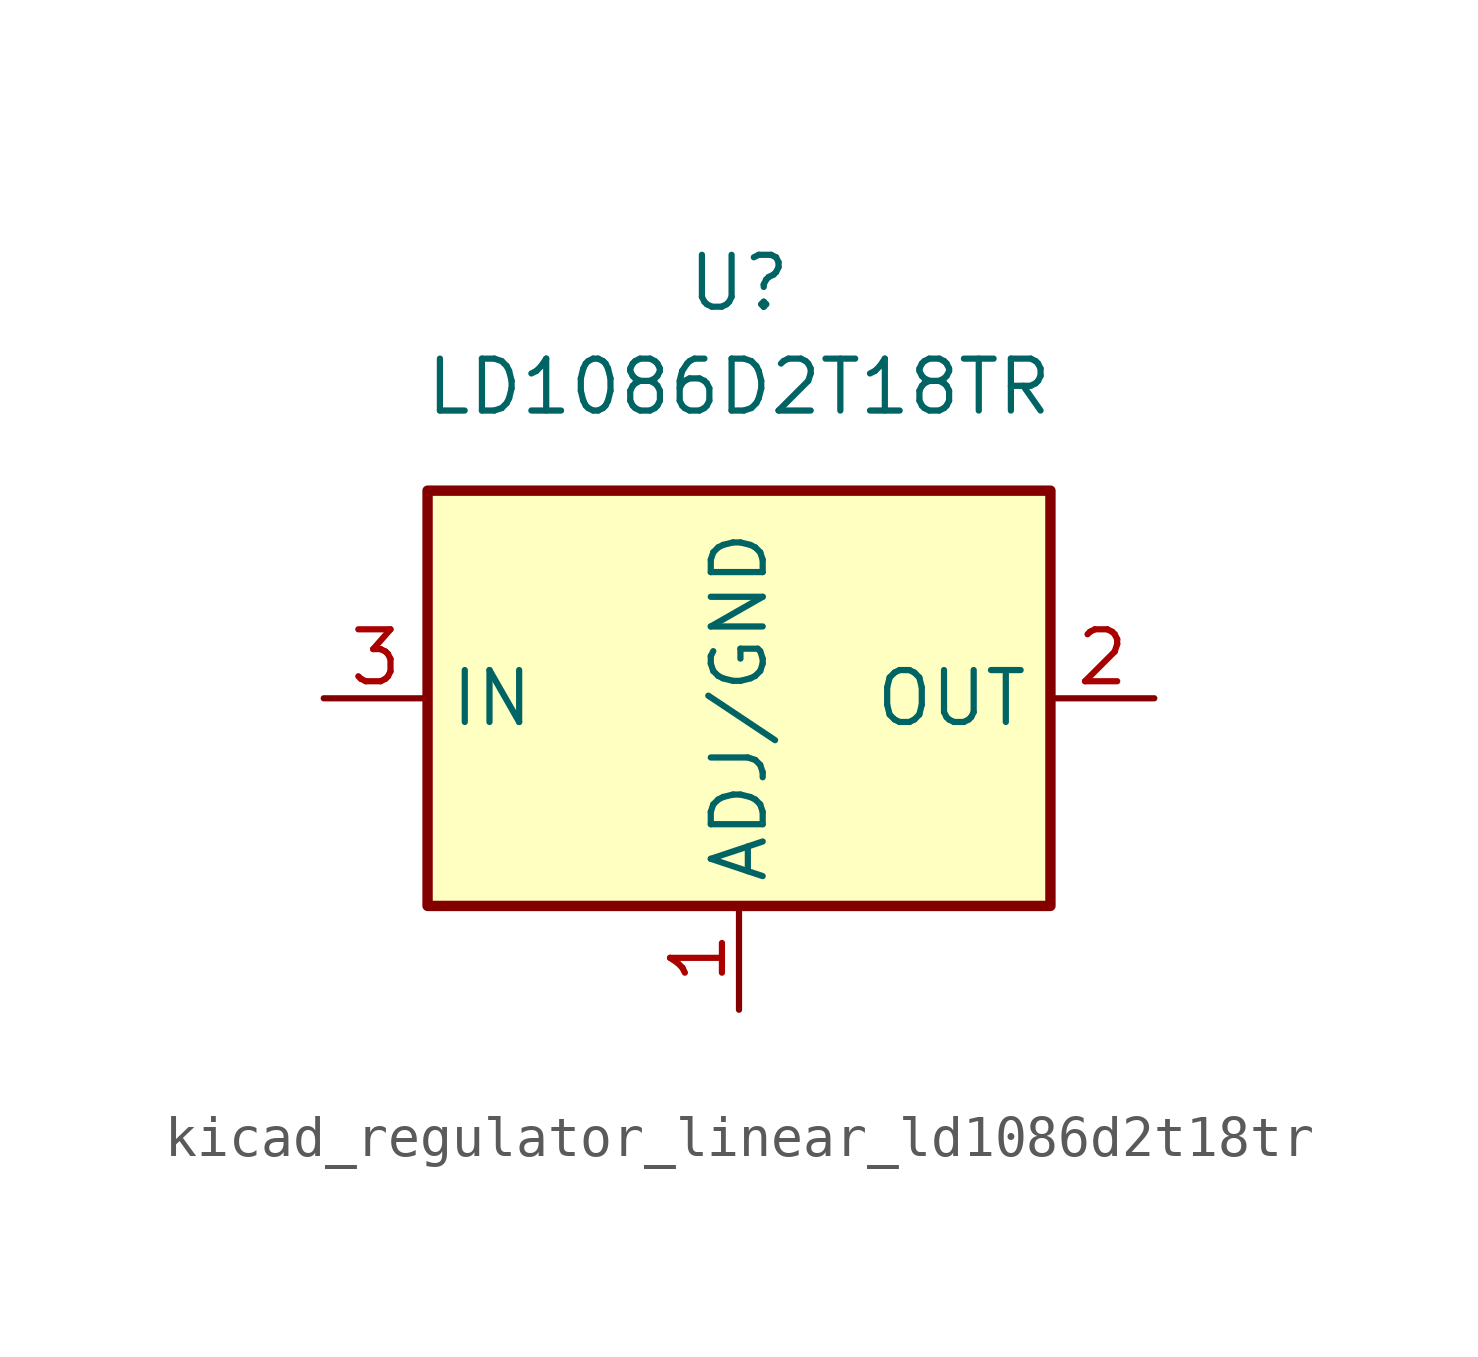
<source format=kicad_sym>
(kicad_symbol_lib
  (version 20220914)
  (generator kicad_symbol_editor)
  (symbol "kicad_regulator_linear_ld1086d2t18tr"
    (property "Reference" "U"
      (at 0 10.16 0)
      (effects (font (size 1.27 1.27))))
    (property "Value" "LD1086D2T18TR"
      (at 0 7.62 0)
      (effects (font (size 1.27 1.27))))
    (symbol "kicad_regulator_linear_ld1086d2t18tr_1_1"
      (rectangle (start -7.62 -5.08) (end 7.62 5.08) (stroke (width 0.254) (type default)) (fill (type background)))
      (pin input line (at 0 -7.62 90) (length 2.54) (name "ADJ/GND" (effects (font (size 1.27 1.27)))) (number "1" (effects (font (size 1.27 1.27)))))
      (pin power_out line (at 10.16 0 180) (length 2.54) (name "OUT" (effects (font (size 1.27 1.27)))) (number "2" (effects (font (size 1.27 1.27)))))
      (pin power_in line (at -10.16 0 0) (length 2.54) (name "IN" (effects (font (size 1.27 1.27)))) (number "3" (effects (font (size 1.27 1.27))))))))
</source>
